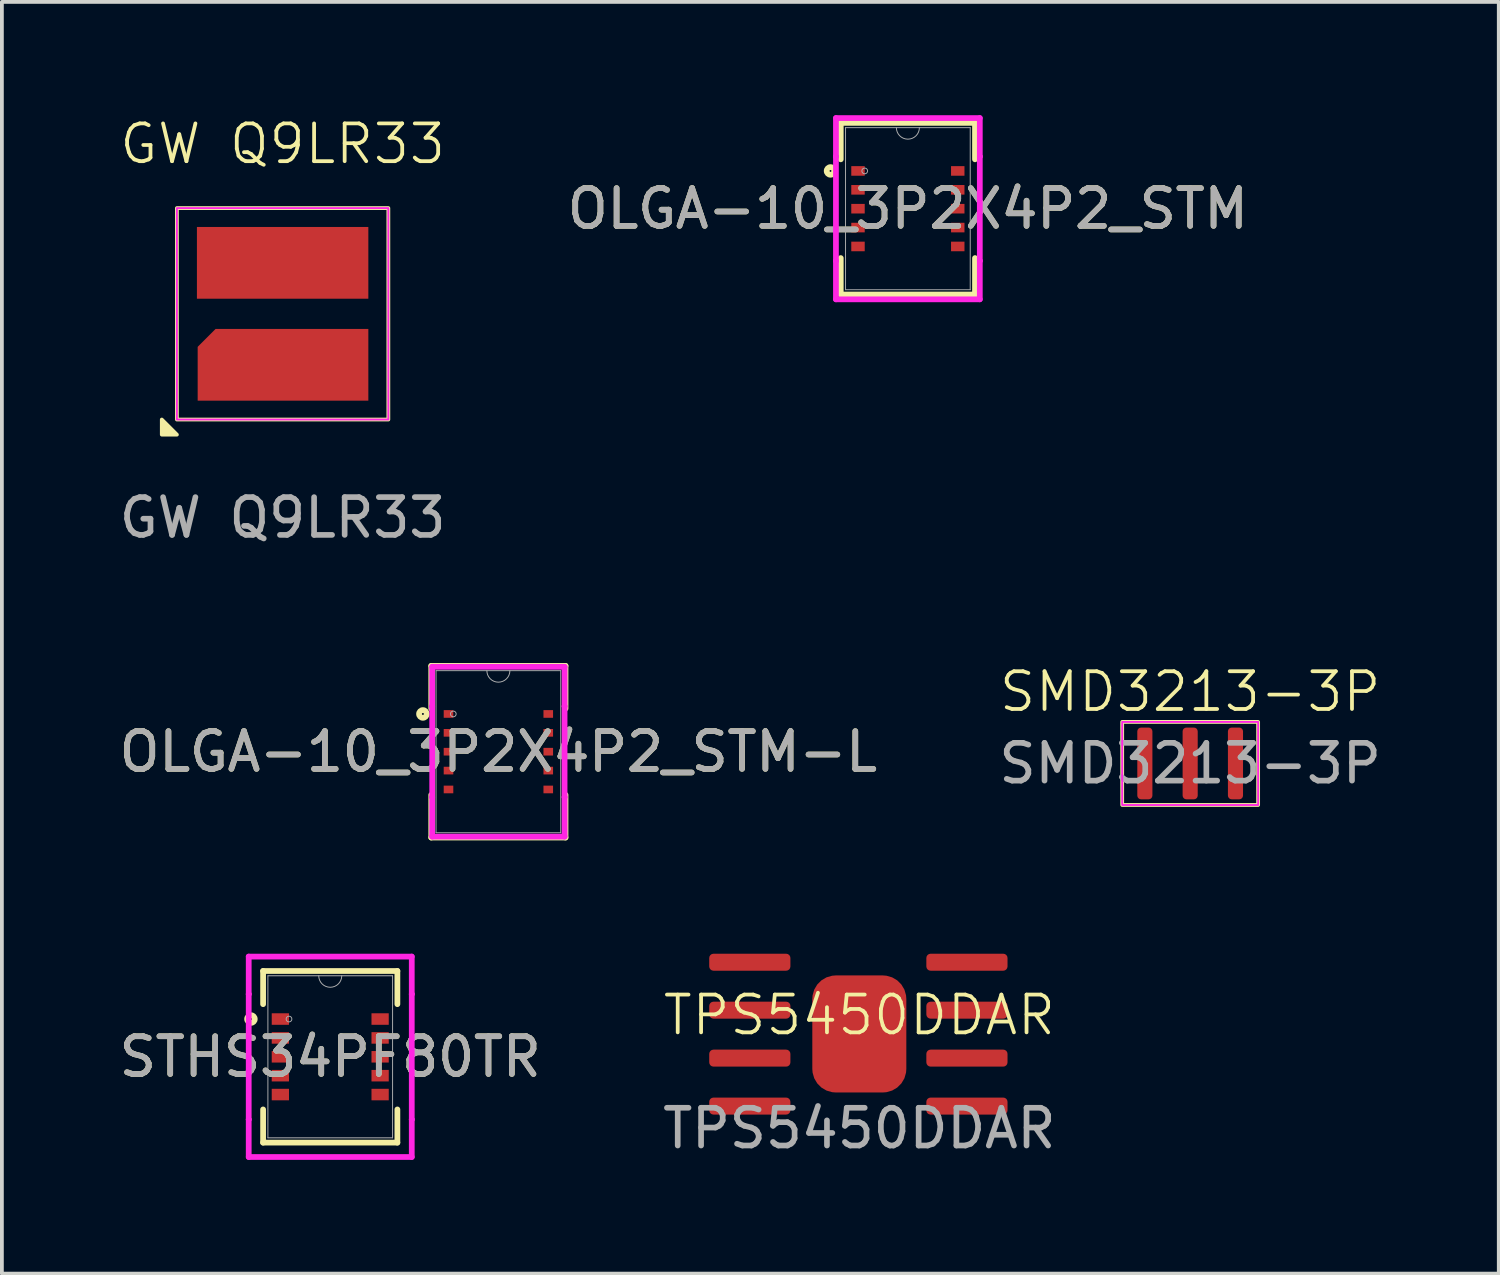
<source format=kicad_pcb>
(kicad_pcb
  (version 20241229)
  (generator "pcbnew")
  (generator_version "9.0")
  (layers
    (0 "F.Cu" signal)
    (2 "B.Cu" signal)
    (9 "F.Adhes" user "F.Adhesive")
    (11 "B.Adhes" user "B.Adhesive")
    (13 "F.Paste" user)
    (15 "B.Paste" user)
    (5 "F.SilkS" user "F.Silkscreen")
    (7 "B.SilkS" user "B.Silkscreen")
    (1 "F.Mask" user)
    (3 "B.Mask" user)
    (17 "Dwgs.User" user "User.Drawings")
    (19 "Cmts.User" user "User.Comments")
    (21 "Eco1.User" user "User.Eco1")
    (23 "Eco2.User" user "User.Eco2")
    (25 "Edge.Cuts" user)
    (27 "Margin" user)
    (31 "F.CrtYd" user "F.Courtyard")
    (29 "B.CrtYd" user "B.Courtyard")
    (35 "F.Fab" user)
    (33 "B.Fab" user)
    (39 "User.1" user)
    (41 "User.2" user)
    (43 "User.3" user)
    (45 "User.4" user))
  (footprint "GW Q9LR33"
    (layer "F.Cu")
    (at 4.435 5.261)
    (property "Reference" "GW Q9LR33" (at 0 -4.5 0) (unlocked yes) (layer "F.SilkS") (effects (font (size 1 1) (thickness 0.1))))
    (attr smd)
    (fp_rect (start -2.8 -2.8) (end 2.8 2.8) (stroke (width 0.1) (type default)) (fill no) (layer "F.SilkS"))
    (fp_poly (pts (xy -2.8 3.2) (xy -3.2 2.8) (xy -3.2 3.2)) (stroke (width 0.1) (type solid)) (fill yes) (layer "F.SilkS"))
    (fp_rect (start -2 -2) (end -1 -0.7) (stroke (width 0.1) (type solid)) (fill yes) (layer "F.Paste"))
    (fp_rect (start -0.5 -2) (end 0.5 -0.7) (stroke (width 0.1) (type solid)) (fill yes) (layer "F.Paste"))
    (fp_rect (start -0.5 0.8) (end 0.5 2) (stroke (width 0.1) (type solid)) (fill yes) (layer "F.Paste"))
    (fp_rect (start 1 -2) (end 2 -0.7) (stroke (width 0.1) (type solid)) (fill yes) (layer "F.Paste"))
    (fp_rect (start 1 0.8) (end 2 2) (stroke (width 0.1) (type solid)) (fill yes) (layer "F.Paste"))
    (fp_poly (pts (xy -2 1.2) (xy -1.6 0.8) (xy -1 0.8) (xy -1 2) (xy -2 2)) (stroke (width 0.1) (type solid)) (fill yes) (layer "F.Paste"))
    (fp_rect (start -2.8 -2.8) (end 2.8 2.8) (stroke (width 0.05) (type default)) (fill no) (layer "F.CrtYd"))
    (fp_text user "${REFERENCE}" (at 0 5.4 0) (unlocked yes) (layer "F.Fab") (effects (font (size 1 1) (thickness 0.15))))
    (pad "1" smd roundrect (at 0.01 1.35) (size 4.52 1.9) (layers "F.Cu" "F.Mask") (roundrect_rratio 0) (chamfer_ratio 0.25) (chamfer top_left))
    (pad "2" smd rect (at 0 -1.35) (size 4.54 1.9) (layers "F.Cu" "F.Mask")))
  (footprint "OLGA-10_3P2X4P2_STM-L"
    (layer "F.Cu")
    (at 10.149 16.858)
    (property "Reference" "OLGA-10_3P2X4P2_STM-L" (at 0 0 0) (unlocked yes) (layer "F.SilkS") (effects (font (size 1 1) (thickness 0.15))))
    (attr smd)
    (fp_line (start -1.778 -2.273) (end -1.778 -1.143) (stroke (width 0.152) (type solid)) (layer "F.SilkS"))
    (fp_line (start -1.778 1.143) (end -1.778 2.273) (stroke (width 0.152) (type solid)) (layer "F.SilkS"))
    (fp_line (start -1.778 2.273) (end 1.778 2.273) (stroke (width 0.152) (type solid)) (layer "F.SilkS"))
    (fp_line (start 1.778 -2.273) (end -1.778 -2.273) (stroke (width 0.152) (type solid)) (layer "F.SilkS"))
    (fp_line (start 1.778 -1.143) (end 1.778 -2.273) (stroke (width 0.152) (type solid)) (layer "F.SilkS"))
    (fp_line (start 1.778 2.273) (end 1.778 1.143) (stroke (width 0.152) (type solid)) (layer "F.SilkS"))
    (fp_circle (center -1.999 -1) (end -1.897 -1) (stroke (width 0.152) (type solid)) (fill no) (layer "F.SilkS"))
    (fp_line (start -1.753 -2.248) (end 1.753 -2.248) (stroke (width 0.152) (type solid)) (layer "F.CrtYd"))
    (fp_line (start -1.753 -1.203) (end -1.753 -2.248) (stroke (width 0.152) (type solid)) (layer "F.CrtYd"))
    (fp_line (start -1.753 -1.203) (end -1.753 -1.203) (stroke (width 0.152) (type solid)) (layer "F.CrtYd"))
    (fp_line (start -1.753 1.203) (end -1.753 -1.203) (stroke (width 0.152) (type solid)) (layer "F.CrtYd"))
    (fp_line (start -1.753 1.203) (end -1.753 1.203) (stroke (width 0.152) (type solid)) (layer "F.CrtYd"))
    (fp_line (start -1.753 2.248) (end -1.753 1.203) (stroke (width 0.152) (type solid)) (layer "F.CrtYd"))
    (fp_line (start 1.753 -2.248) (end 1.753 -1.203) (stroke (width 0.152) (type solid)) (layer "F.CrtYd"))
    (fp_line (start 1.753 -1.203) (end 1.753 -1.203) (stroke (width 0.152) (type solid)) (layer "F.CrtYd"))
    (fp_line (start 1.753 -1.203) (end 1.753 1.203) (stroke (width 0.152) (type solid)) (layer "F.CrtYd"))
    (fp_line (start 1.753 1.203) (end 1.753 1.203) (stroke (width 0.152) (type solid)) (layer "F.CrtYd"))
    (fp_line (start 1.753 1.203) (end 1.753 2.248) (stroke (width 0.152) (type solid)) (layer "F.CrtYd"))
    (fp_line (start 1.753 2.248) (end -1.753 2.248) (stroke (width 0.152) (type solid)) (layer "F.CrtYd"))
    (fp_line (start -1.651 -2.146) (end -1.651 2.146) (stroke (width 0.025) (type solid)) (layer "F.Fab"))
    (fp_line (start -1.651 2.146) (end 1.651 2.146) (stroke (width 0.025) (type solid)) (layer "F.Fab"))
    (fp_line (start 1.651 -2.146) (end -1.651 -2.146) (stroke (width 0.025) (type solid)) (layer "F.Fab"))
    (fp_line (start 1.651 2.146) (end 1.651 -2.146) (stroke (width 0.025) (type solid)) (layer "F.Fab"))
    (fp_arc (start 0.3048 -2.1463) (mid 0 -1.8415) (end -0.3048 -2.1463) (stroke (width 0.0254) (type solid)) (layer "F.Fab"))
    (fp_circle (center -1.194 -1) (end -1.118 -1) (stroke (width 0.025) (type solid)) (fill no) (layer "F.Fab"))
    (fp_text user "${REFERENCE}" (at 0 0 0) (unlocked yes) (layer "F.Fab") (effects (font (size 1 1) (thickness 0.15))))
    (pad "1" smd rect (at -1.321 -1) (size 0.254 0.203) (layers "F.Cu" "F.Mask" "F.Paste"))
    (pad "2" smd rect (at -1.321 -0.5) (size 0.254 0.203) (layers "F.Cu" "F.Mask" "F.Paste"))
    (pad "3" smd rect (at -1.321 0) (size 0.254 0.203) (layers "F.Cu" "F.Mask" "F.Paste"))
    (pad "4" smd rect (at -1.321 0.5) (size 0.254 0.203) (layers "F.Cu" "F.Mask" "F.Paste"))
    (pad "5" smd rect (at -1.321 1) (size 0.254 0.203) (layers "F.Cu" "F.Mask" "F.Paste"))
    (pad "6" smd rect (at 1.321 1) (size 0.254 0.203) (layers "F.Cu" "F.Mask" "F.Paste"))
    (pad "7" smd rect (at 1.321 0.5) (size 0.254 0.203) (layers "F.Cu" "F.Mask" "F.Paste"))
    (pad "8" smd rect (at 1.321 0) (size 0.254 0.203) (layers "F.Cu" "F.Mask" "F.Paste"))
    (pad "9" smd rect (at 1.321 -0.5) (size 0.254 0.203) (layers "F.Cu" "F.Mask" "F.Paste"))
    (pad "10" smd rect (at 1.321 -1) (size 0.254 0.203) (layers "F.Cu" "F.Mask" "F.Paste")))
  (footprint "TPS5450DDAR"
    (layer "F.Cu")
    (at 19.708 24.333)
    (property "Reference" "TPS5450DDAR" (at 0 -0.5 0) (unlocked yes) (layer "F.SilkS") (effects (font (size 1 1) (thickness 0.1))))
    (attr smd)
    (fp_text user "${REFERENCE}" (at 0 2.5 0) (unlocked yes) (layer "F.Fab") (effects (font (size 1 1) (thickness 0.15))))
    (pad "1" smd roundrect (at -2.9 -1.9) (size 2.15 0.45) (layers "F.Cu" "F.Mask" "F.Paste") (roundrect_rratio 0.25))
    (pad "2" smd roundrect (at -2.9 -0.63) (size 2.15 0.45) (layers "F.Cu" "F.Mask" "F.Paste") (roundrect_rratio 0.25))
    (pad "3" smd roundrect (at -2.9 0.64) (size 2.15 0.45) (layers "F.Cu" "F.Mask" "F.Paste") (roundrect_rratio 0.25))
    (pad "4" smd roundrect (at -2.9 1.91) (size 2.15 0.45) (layers "F.Cu" "F.Mask" "F.Paste") (roundrect_rratio 0.25))
    (pad "5" smd roundrect (at 2.85 1.91 180) (size 2.15 0.45) (layers "F.Cu" "F.Mask" "F.Paste") (roundrect_rratio 0.25))
    (pad "6" smd roundrect (at 2.85 0.64 180) (size 2.15 0.45) (layers "F.Cu" "F.Mask" "F.Paste") (roundrect_rratio 0.25))
    (pad "7" smd roundrect (at 2.85 -0.63 180) (size 2.15 0.45) (layers "F.Cu" "F.Mask" "F.Paste") (roundrect_rratio 0.25))
    (pad "8" smd roundrect (at 2.85 -1.9 180) (size 2.15 0.45) (layers "F.Cu" "F.Mask" "F.Paste") (roundrect_rratio 0.25))
    (pad "9" smd roundrect (at 0 0) (size 2.49 3.1) (layers "F.Cu" "F.Mask" "F.Paste") (roundrect_rratio 0.25)))
  (footprint "SMD3213-3P"
    (layer "F.Cu")
    (at 28.47 17.169)
    (property "Reference" "SMD3213-3P" (at 0 -1.9 0) (unlocked yes) (layer "F.SilkS") (effects (font (size 1 1) (thickness 0.1))))
    (attr smd)
    (fp_rect (start -1.8 -1.1) (end 1.8 1.1) (stroke (width 0.1) (type default)) (fill no) (layer "F.SilkS"))
    (fp_rect (start -1.8 -1.1) (end 1.8 1.1) (stroke (width 0.05) (type default)) (fill no) (layer "F.CrtYd"))
    (fp_text user "${REFERENCE}" (at 0 0 0) (unlocked yes) (layer "F.Fab") (effects (font (size 1 1) (thickness 0.15))))
    (pad "1" smd roundrect (at -1.2 0) (size 0.4 1.9) (layers "F.Cu" "F.Mask" "F.Paste") (roundrect_rratio 0.25))
    (pad "2" smd roundrect (at 0 0) (size 0.4 1.9) (layers "F.Cu" "F.Mask" "F.Paste") (roundrect_rratio 0.25))
    (pad "3" smd roundrect (at 1.2 0) (size 0.4 1.9) (layers "F.Cu" "F.Mask" "F.Paste") (roundrect_rratio 0.25)))
  (footprint "STHS34PF80TR"
    (layer "F.Cu")
    (at 5.696 24.938)
    (property "Reference" "STHS34PF80TR" (at 0 0 0) (unlocked yes) (layer "F.SilkS") (effects (font (size 1 1) (thickness 0.15))))
    (attr smd)
    (fp_line (start -1.778 -2.273) (end -1.778 -1.394) (stroke (width 0.152) (type solid)) (layer "F.SilkS"))
    (fp_line (start -1.778 1.394) (end -1.778 2.273) (stroke (width 0.152) (type solid)) (layer "F.SilkS"))
    (fp_line (start -1.778 2.273) (end 1.778 2.273) (stroke (width 0.152) (type solid)) (layer "F.SilkS"))
    (fp_line (start 1.778 -2.273) (end -1.778 -2.273) (stroke (width 0.152) (type solid)) (layer "F.SilkS"))
    (fp_line (start 1.778 -1.394) (end 1.778 -2.273) (stroke (width 0.152) (type solid)) (layer "F.SilkS"))
    (fp_line (start 1.778 2.273) (end 1.778 1.394) (stroke (width 0.152) (type solid)) (layer "F.SilkS"))
    (fp_circle (center -2.1 -1) (end -1.999 -1) (stroke (width 0.152) (type solid)) (fill no) (layer "F.SilkS"))
    (fp_line (start -2.159 -2.654) (end 2.159 -2.654) (stroke (width 0.152) (type solid)) (layer "F.CrtYd"))
    (fp_line (start -2.159 -1.66) (end -2.159 -2.654) (stroke (width 0.152) (type solid)) (layer "F.CrtYd"))
    (fp_line (start -2.159 -1.66) (end -2.159 -1.66) (stroke (width 0.152) (type solid)) (layer "F.CrtYd"))
    (fp_line (start -2.159 1.66) (end -2.159 -1.66) (stroke (width 0.152) (type solid)) (layer "F.CrtYd"))
    (fp_line (start -2.159 1.66) (end -2.159 1.66) (stroke (width 0.152) (type solid)) (layer "F.CrtYd"))
    (fp_line (start -2.159 2.654) (end -2.159 1.66) (stroke (width 0.152) (type solid)) (layer "F.CrtYd"))
    (fp_line (start 2.159 -2.654) (end 2.159 -1.66) (stroke (width 0.152) (type solid)) (layer "F.CrtYd"))
    (fp_line (start 2.159 -1.66) (end 2.159 -1.66) (stroke (width 0.152) (type solid)) (layer "F.CrtYd"))
    (fp_line (start 2.159 -1.66) (end 2.159 1.66) (stroke (width 0.152) (type solid)) (layer "F.CrtYd"))
    (fp_line (start 2.159 1.66) (end 2.159 1.66) (stroke (width 0.152) (type solid)) (layer "F.CrtYd"))
    (fp_line (start 2.159 1.66) (end 2.159 2.654) (stroke (width 0.152) (type solid)) (layer "F.CrtYd"))
    (fp_line (start 2.159 2.654) (end -2.159 2.654) (stroke (width 0.152) (type solid)) (layer "F.CrtYd"))
    (fp_line (start -1.651 -2.146) (end -1.651 2.146) (stroke (width 0.025) (type solid)) (layer "F.Fab"))
    (fp_line (start -1.651 2.146) (end 1.651 2.146) (stroke (width 0.025) (type solid)) (layer "F.Fab"))
    (fp_line (start 1.651 -2.146) (end -1.651 -2.146) (stroke (width 0.025) (type solid)) (layer "F.Fab"))
    (fp_line (start 1.651 2.146) (end 1.651 -2.146) (stroke (width 0.025) (type solid)) (layer "F.Fab"))
    (fp_arc (start 0.3048 -2.1463) (mid 0 -1.8415) (end -0.3048 -2.1463) (stroke (width 0.0254) (type solid)) (layer "F.Fab"))
    (fp_circle (center -1.092 -1) (end -1.016 -1) (stroke (width 0.025) (type solid)) (fill no) (layer "F.Fab"))
    (fp_text user "${REFERENCE}" (at 0 0 0) (unlocked yes) (layer "F.Fab") (effects (font (size 1 1) (thickness 0.15))))
    (pad "1" smd rect (at -1.321 -1) (size 0.457 0.305) (layers "F.Cu" "F.Mask" "F.Paste"))
    (pad "2" smd rect (at -1.321 -0.5) (size 0.457 0.305) (layers "F.Cu" "F.Mask" "F.Paste"))
    (pad "3" smd rect (at -1.321 0) (size 0.457 0.305) (layers "F.Cu" "F.Mask" "F.Paste"))
    (pad "4" smd rect (at -1.321 0.5) (size 0.457 0.305) (layers "F.Cu" "F.Mask" "F.Paste"))
    (pad "5" smd rect (at -1.321 1) (size 0.457 0.305) (layers "F.Cu" "F.Mask" "F.Paste"))
    (pad "6" smd rect (at 1.321 1) (size 0.457 0.305) (layers "F.Cu" "F.Mask" "F.Paste"))
    (pad "7" smd rect (at 1.321 0.5) (size 0.457 0.305) (layers "F.Cu" "F.Mask" "F.Paste"))
    (pad "8" smd rect (at 1.321 0) (size 0.457 0.305) (layers "F.Cu" "F.Mask" "F.Paste"))
    (pad "9" smd rect (at 1.321 -0.5) (size 0.457 0.305) (layers "F.Cu" "F.Mask" "F.Paste"))
    (pad "10" smd rect (at 1.321 -1) (size 0.457 0.305) (layers "F.Cu" "F.Mask" "F.Paste")))
  (footprint "OLGA-10_3P2X4P2_STM"
    (layer "F.Cu")
    (at 20.994 2.477)
    (property "Reference" "OLGA-10_3P2X4P2_STM" (at 0 0 0) (unlocked yes) (layer "F.SilkS") (effects (font (size 1 1) (thickness 0.15))))
    (attr smd)
    (fp_line (start -1.778 -2.273) (end -1.778 -1.308) (stroke (width 0.152) (type solid)) (layer "F.SilkS"))
    (fp_line (start -1.778 1.308) (end -1.778 2.273) (stroke (width 0.152) (type solid)) (layer "F.SilkS"))
    (fp_line (start -1.778 2.273) (end 1.778 2.273) (stroke (width 0.152) (type solid)) (layer "F.SilkS"))
    (fp_line (start 1.778 -2.273) (end -1.778 -2.273) (stroke (width 0.152) (type solid)) (layer "F.SilkS"))
    (fp_line (start 1.778 -1.308) (end 1.778 -2.273) (stroke (width 0.152) (type solid)) (layer "F.SilkS"))
    (fp_line (start 1.778 2.273) (end 1.778 1.308) (stroke (width 0.152) (type solid)) (layer "F.SilkS"))
    (fp_circle (center -2.049 -1) (end -1.948 -1) (stroke (width 0.152) (type solid)) (fill no) (layer "F.SilkS"))
    (fp_line (start -1.905 -2.4) (end 1.905 -2.4) (stroke (width 0.152) (type solid)) (layer "F.CrtYd"))
    (fp_line (start -1.905 -1.381) (end -1.905 -2.4) (stroke (width 0.152) (type solid)) (layer "F.CrtYd"))
    (fp_line (start -1.905 -1.381) (end -1.905 -1.381) (stroke (width 0.152) (type solid)) (layer "F.CrtYd"))
    (fp_line (start -1.905 1.381) (end -1.905 -1.381) (stroke (width 0.152) (type solid)) (layer "F.CrtYd"))
    (fp_line (start -1.905 1.381) (end -1.905 1.381) (stroke (width 0.152) (type solid)) (layer "F.CrtYd"))
    (fp_line (start -1.905 2.4) (end -1.905 1.381) (stroke (width 0.152) (type solid)) (layer "F.CrtYd"))
    (fp_line (start 1.905 -2.4) (end 1.905 -1.381) (stroke (width 0.152) (type solid)) (layer "F.CrtYd"))
    (fp_line (start 1.905 -1.381) (end 1.905 -1.381) (stroke (width 0.152) (type solid)) (layer "F.CrtYd"))
    (fp_line (start 1.905 -1.381) (end 1.905 1.381) (stroke (width 0.152) (type solid)) (layer "F.CrtYd"))
    (fp_line (start 1.905 1.381) (end 1.905 1.381) (stroke (width 0.152) (type solid)) (layer "F.CrtYd"))
    (fp_line (start 1.905 1.381) (end 1.905 2.4) (stroke (width 0.152) (type solid)) (layer "F.CrtYd"))
    (fp_line (start 1.905 2.4) (end -1.905 2.4) (stroke (width 0.152) (type solid)) (layer "F.CrtYd"))
    (fp_line (start -1.651 -2.146) (end -1.651 2.146) (stroke (width 0.025) (type solid)) (layer "F.Fab"))
    (fp_line (start -1.651 2.146) (end 1.651 2.146) (stroke (width 0.025) (type solid)) (layer "F.Fab"))
    (fp_line (start 1.651 -2.146) (end -1.651 -2.146) (stroke (width 0.025) (type solid)) (layer "F.Fab"))
    (fp_line (start 1.651 2.146) (end 1.651 -2.146) (stroke (width 0.025) (type solid)) (layer "F.Fab"))
    (fp_arc (start 0.3048 -2.1463) (mid 0 -1.8415) (end -0.3048 -2.1463) (stroke (width 0.0254) (type solid)) (layer "F.Fab"))
    (fp_circle (center -1.143 -1) (end -1.067 -1) (stroke (width 0.025) (type solid)) (fill no) (layer "F.Fab"))
    (fp_text user "${REFERENCE}" (at 0 0 0) (unlocked yes) (layer "F.Fab") (effects (font (size 1 1) (thickness 0.15))))
    (pad "1" smd rect (at -1.321 -1) (size 0.356 0.254) (layers "F.Cu" "F.Mask" "F.Paste"))
    (pad "2" smd rect (at -1.321 -0.5) (size 0.356 0.254) (layers "F.Cu" "F.Mask" "F.Paste"))
    (pad "3" smd rect (at -1.321 0) (size 0.356 0.254) (layers "F.Cu" "F.Mask" "F.Paste"))
    (pad "4" smd rect (at -1.321 0.5) (size 0.356 0.254) (layers "F.Cu" "F.Mask" "F.Paste"))
    (pad "5" smd rect (at -1.321 1) (size 0.356 0.254) (layers "F.Cu" "F.Mask" "F.Paste"))
    (pad "6" smd rect (at 1.321 1) (size 0.356 0.254) (layers "F.Cu" "F.Mask" "F.Paste"))
    (pad "7" smd rect (at 1.321 0.5) (size 0.356 0.254) (layers "F.Cu" "F.Mask" "F.Paste"))
    (pad "8" smd rect (at 1.321 0) (size 0.356 0.254) (layers "F.Cu" "F.Mask" "F.Paste"))
    (pad "9" smd rect (at 1.321 -0.5) (size 0.356 0.254) (layers "F.Cu" "F.Mask" "F.Paste"))
    (pad "10" smd rect (at 1.321 -1) (size 0.356 0.254) (layers "F.Cu" "F.Mask" "F.Paste")))
  (gr_rect
    (start -3 -3)
    (end 36.643 30.681)
    (stroke (width 0.1) (type default))
    (fill no)
    (layer "Edge.Cuts")))
</source>
